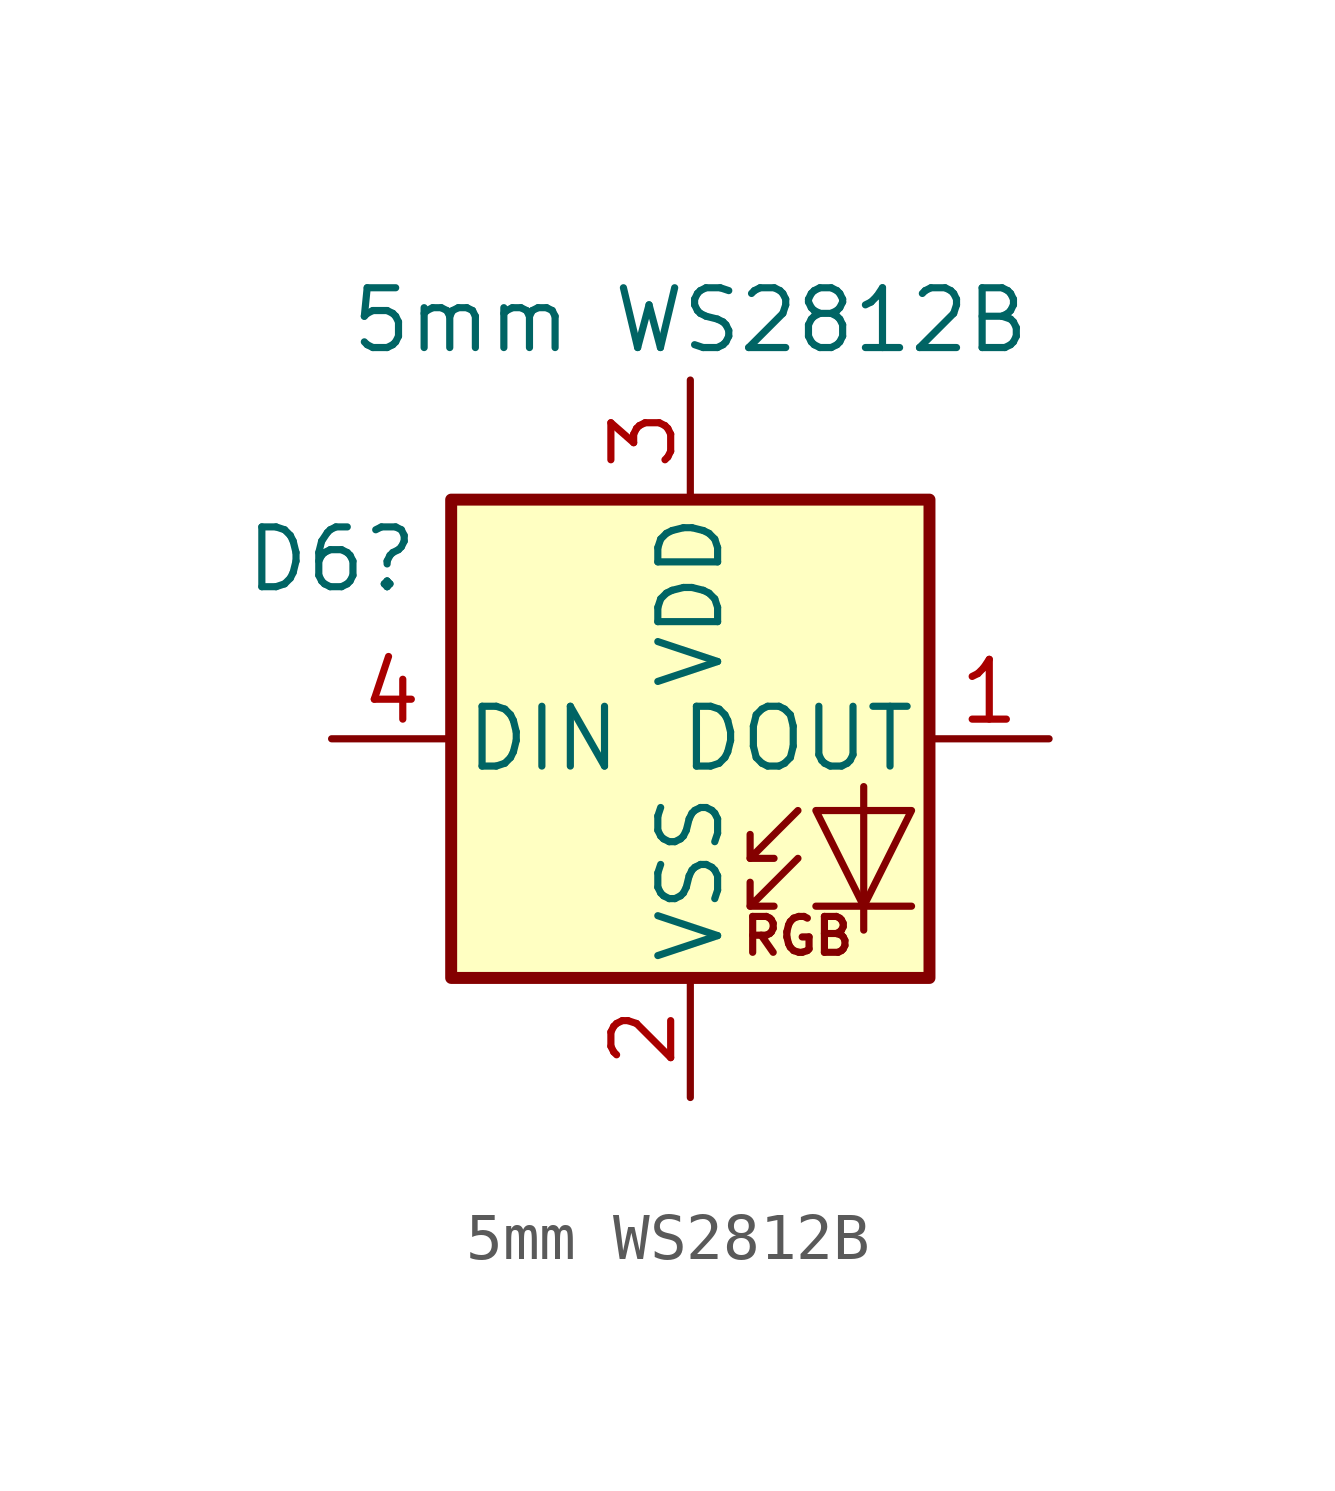
<source format=kicad_sym>
(kicad_symbol_lib
  (version 20211014)
  (generator kicad_symbol_editor)
  (symbol "5mm WS2812B"
    (pin_names
      (offset 0.254))
    (property "Reference" "D6"
      (at -7.62 3.81 0)
      (effects (font (size 1.27 1.27))))
    (property "Value" "5mm WS2812B"
      (at 0 8.89 0)
      (effects (font (size 1.27 1.27))))
    (symbol "5mm WS2812B_0_0"
      (text "RGB" (at 2.286 -4.191 0) (effects (font (size 0.762 0.762)))))
    (symbol "5mm WS2812B_0_1"
      (polyline (pts (xy 1.27 -3.556) (xy 1.778 -3.556)) (stroke (width 0) (type default) (color 0 0 0 0)) (fill (type none)))
      (polyline (pts (xy 1.27 -2.54) (xy 1.778 -2.54)) (stroke (width 0) (type default) (color 0 0 0 0)) (fill (type none)))
      (polyline (pts (xy 4.699 -3.556) (xy 2.667 -3.556)) (stroke (width 0) (type default) (color 0 0 0 0)) (fill (type none)))
      (polyline (pts (xy 2.286 -2.54) (xy 1.27 -3.556) (xy 1.27 -3.048)) (stroke (width 0) (type default) (color 0 0 0 0)) (fill (type none)))
      (polyline (pts (xy 2.286 -1.524) (xy 1.27 -2.54) (xy 1.27 -2.032)) (stroke (width 0) (type default) (color 0 0 0 0)) (fill (type none)))
      (polyline (pts (xy 3.683 -1.016) (xy 3.683 -3.556) (xy 3.683 -4.064)) (stroke (width 0) (type default) (color 0 0 0 0)) (fill (type none)))
      (polyline (pts (xy 4.699 -1.524) (xy 2.667 -1.524) (xy 3.683 -3.556) (xy 4.699 -1.524)) (stroke (width 0) (type default) (color 0 0 0 0)) (fill (type none)))
      (rectangle (start 5.08 5.08) (end -5.08 -5.08) (stroke (width 0.254) (type default) (color 0 0 0 0)) (fill (type background))))
    (symbol "5mm WS2812B_1_1"
      (pin output line (at 7.62 0 180) (length 2.54) (name "DOUT" (effects (font (size 1.27 1.27)))) (number "1" (effects (font (size 1.27 1.27)))))
      (pin power_in line (at 0 -7.62 90) (length 2.54) (name "VSS" (effects (font (size 1.27 1.27)))) (number "2" (effects (font (size 1.27 1.27)))))
      (pin power_in line (at 0 7.62 270) (length 2.54) (name "VDD" (effects (font (size 1.27 1.27)))) (number "3" (effects (font (size 1.27 1.27)))))
      (pin input line (at -7.62 0 0) (length 2.54) (name "DIN" (effects (font (size 1.27 1.27)))) (number "4" (effects (font (size 1.27 1.27))))))))
</source>
